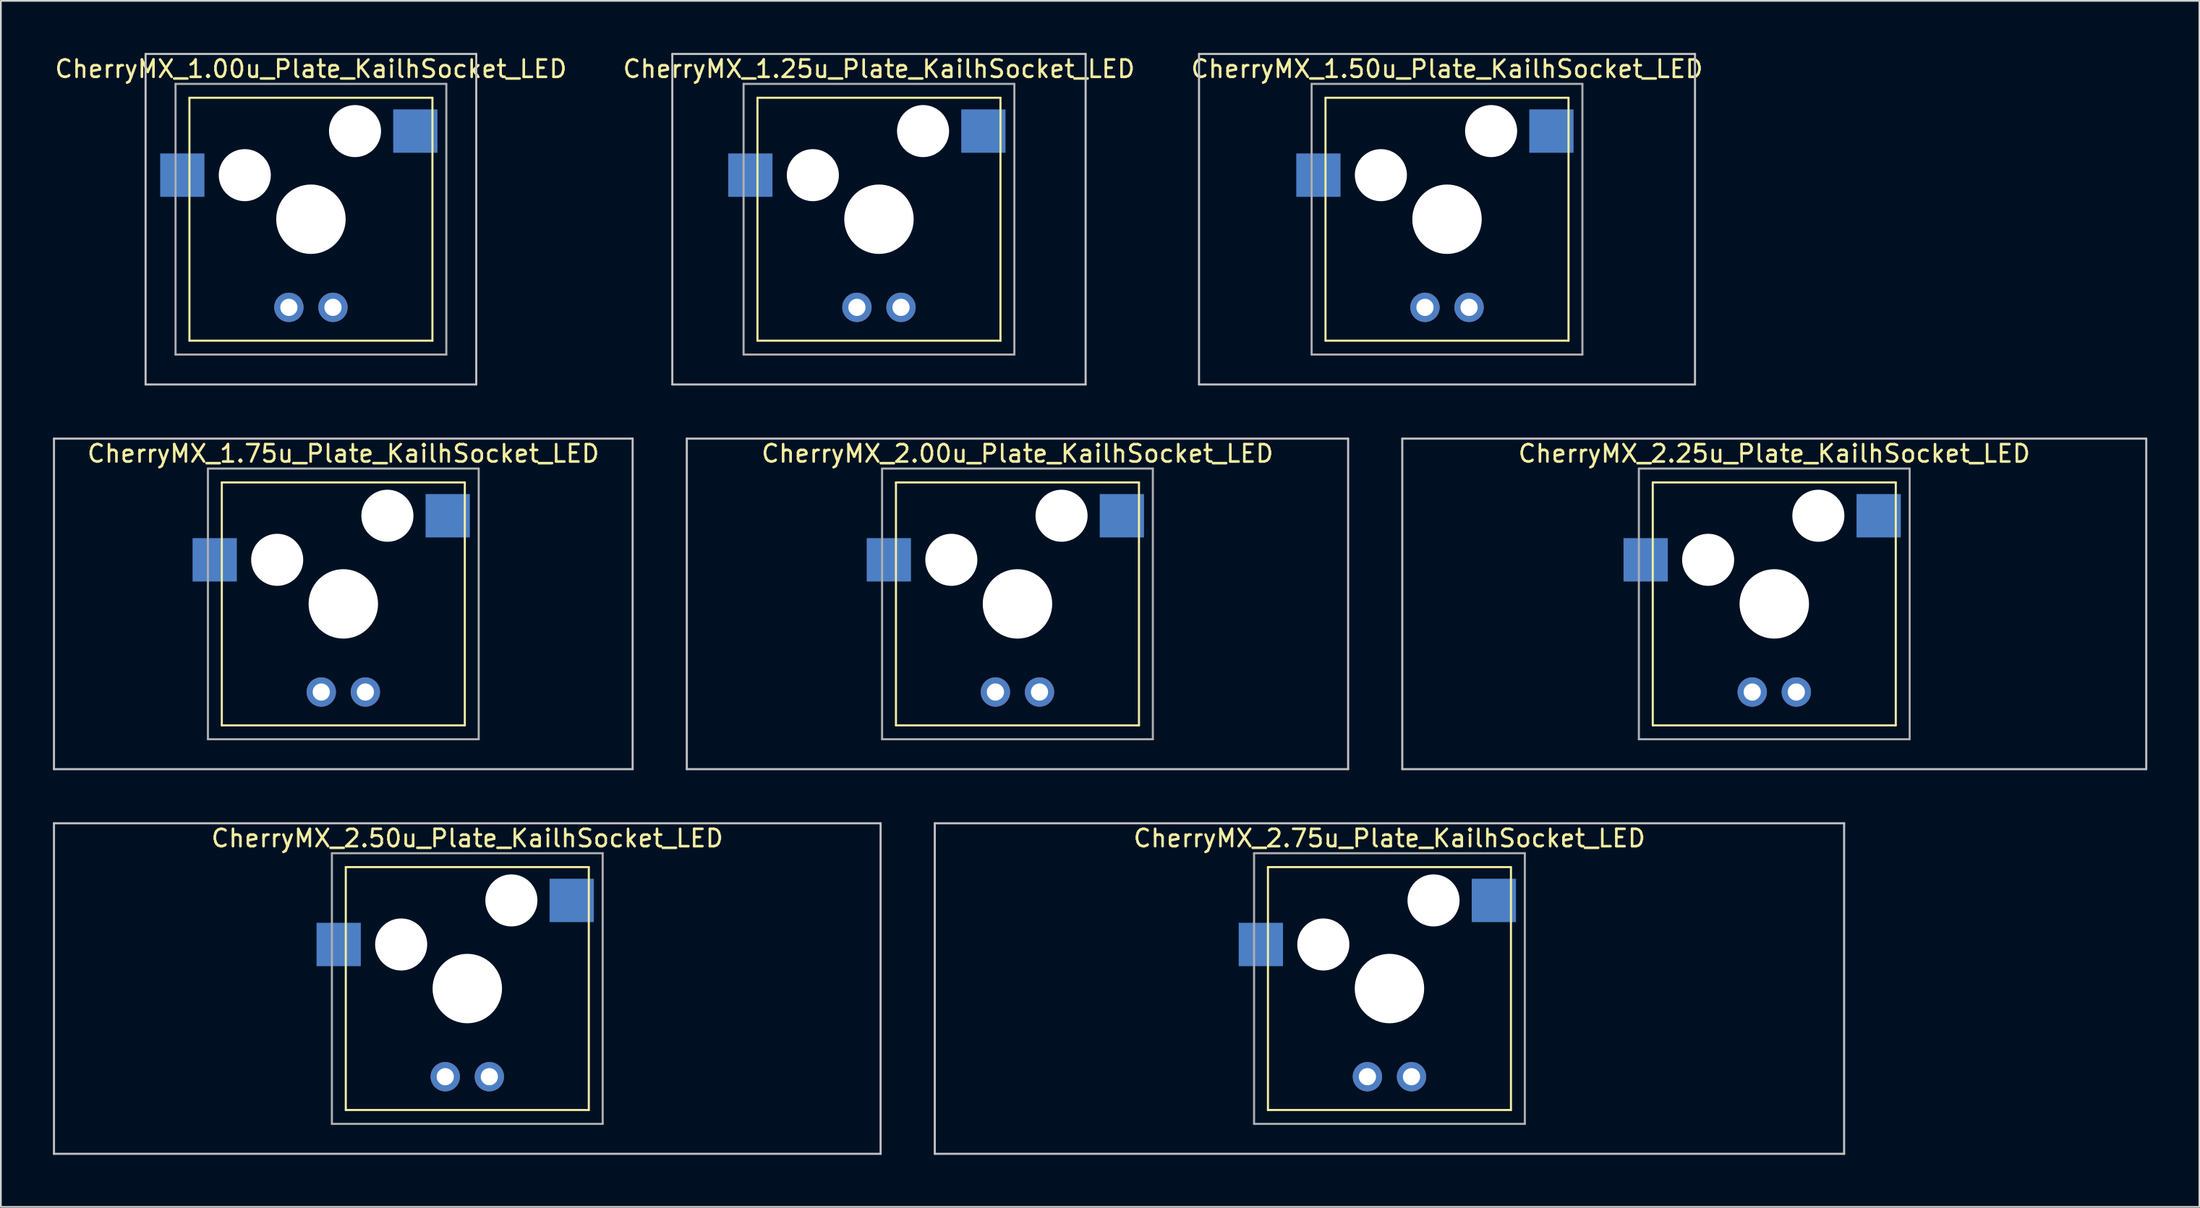
<source format=kicad_pcb>
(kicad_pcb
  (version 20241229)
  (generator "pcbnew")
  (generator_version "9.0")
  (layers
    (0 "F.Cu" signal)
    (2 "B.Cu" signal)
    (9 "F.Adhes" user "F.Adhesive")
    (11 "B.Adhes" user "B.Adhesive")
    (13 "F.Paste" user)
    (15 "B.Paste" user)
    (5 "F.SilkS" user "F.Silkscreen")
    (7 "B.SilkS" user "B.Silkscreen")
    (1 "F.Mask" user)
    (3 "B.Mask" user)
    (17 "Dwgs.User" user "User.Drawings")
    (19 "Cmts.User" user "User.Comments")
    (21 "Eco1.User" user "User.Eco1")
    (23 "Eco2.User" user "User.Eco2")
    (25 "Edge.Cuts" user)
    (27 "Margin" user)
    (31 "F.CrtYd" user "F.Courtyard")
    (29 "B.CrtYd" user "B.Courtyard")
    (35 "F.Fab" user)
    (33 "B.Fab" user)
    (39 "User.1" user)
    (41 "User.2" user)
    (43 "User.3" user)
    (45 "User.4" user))
  (footprint "CherryMX_1.75u_Plate_KailhSocket_LED"
    (layer "F.Cu")
    (at 16.729 31.755)
    (property "Reference" "CherryMX_1.75u_Plate_KailhSocket_LED" (at 0 -8.662 0) (layer "F.SilkS") (effects (font (size 1 1) (thickness 0.15))))
    (attr through_hole)
    (fp_line (start -7 -7) (end -7 7) (stroke (width 0.12) (type solid)) (layer "F.SilkS"))
    (fp_line (start -7 -7) (end 7 -7) (stroke (width 0.12) (type solid)) (layer "F.SilkS"))
    (fp_line (start 7 -7) (end 7 7) (stroke (width 0.12) (type solid)) (layer "F.SilkS"))
    (fp_line (start 7 7) (end -7 7) (stroke (width 0.12) (type solid)) (layer "F.SilkS"))
    (fp_line (start -16.669 -9.525) (end 16.669 -9.525) (stroke (width 0.12) (type solid)) (layer "Dwgs.User"))
    (fp_line (start -16.669 9.525) (end -16.669 -9.525) (stroke (width 0.12) (type solid)) (layer "Dwgs.User"))
    (fp_line (start 16.669 -9.525) (end 16.669 9.525) (stroke (width 0.12) (type solid)) (layer "Dwgs.User"))
    (fp_line (start 16.669 9.525) (end -16.669 9.525) (stroke (width 0.12) (type solid)) (layer "Dwgs.User"))
    (fp_line (start -7.8 -7.8) (end -7.8 7.8) (stroke (width 0.12) (type solid)) (layer "F.Fab"))
    (fp_line (start -7.8 -7.8) (end 7.8 -7.8) (stroke (width 0.12) (type solid)) (layer "F.Fab"))
    (fp_line (start -7.8 7.8) (end 7.8 7.8) (stroke (width 0.12) (type solid)) (layer "F.Fab"))
    (fp_line (start 7.8 -7.8) (end 7.8 7.8) (stroke (width 0.12) (type solid)) (layer "F.Fab"))
    (pad "" np_thru_hole circle (at -3.81 -2.54) (size 3 3) (drill 3) (layers "*.Cu" "*.Mask"))
    (pad "" np_thru_hole circle (at 0 0) (size 4 4) (drill 4) (layers "*.Cu" "*.Mask"))
    (pad "" np_thru_hole circle (at 2.54 -5.08) (size 3 3) (drill 3) (layers "*.Cu" "*.Mask"))
    (pad "1" smd rect (at -7.41 -2.54) (size 2.55 2.5) (layers "B.Cu" "B.Mask" "B.Paste"))
    (pad "2" smd rect (at 6.015 -5.08) (size 2.55 2.5) (layers "B.Cu" "B.Mask" "B.Paste"))
    (pad "3" thru_hole circle (at -1.27 5.08) (size 1.691 1.691) (drill 0.991) (layers "*.Cu" "*.Mask"))
    (pad "4" thru_hole circle (at 1.27 5.08) (size 1.691 1.691) (drill 0.991) (layers "*.Cu" "*.Mask")))
  (footprint "CherryMX_2.25u_Plate_KailhSocket_LED"
    (layer "F.Cu")
    (at 99.169 31.755)
    (property "Reference" "CherryMX_2.25u_Plate_KailhSocket_LED" (at 0 -8.662 0) (layer "F.SilkS") (effects (font (size 1 1) (thickness 0.15))))
    (attr through_hole)
    (fp_line (start -7 -7) (end -7 7) (stroke (width 0.12) (type solid)) (layer "F.SilkS"))
    (fp_line (start -7 -7) (end 7 -7) (stroke (width 0.12) (type solid)) (layer "F.SilkS"))
    (fp_line (start 7 -7) (end 7 7) (stroke (width 0.12) (type solid)) (layer "F.SilkS"))
    (fp_line (start 7 7) (end -7 7) (stroke (width 0.12) (type solid)) (layer "F.SilkS"))
    (fp_line (start -21.431 -9.525) (end 21.431 -9.525) (stroke (width 0.12) (type solid)) (layer "Dwgs.User"))
    (fp_line (start -21.431 9.525) (end -21.431 -9.525) (stroke (width 0.12) (type solid)) (layer "Dwgs.User"))
    (fp_line (start 21.431 -9.525) (end 21.431 9.525) (stroke (width 0.12) (type solid)) (layer "Dwgs.User"))
    (fp_line (start 21.431 9.525) (end -21.431 9.525) (stroke (width 0.12) (type solid)) (layer "Dwgs.User"))
    (fp_line (start -7.8 -7.8) (end -7.8 7.8) (stroke (width 0.12) (type solid)) (layer "F.Fab"))
    (fp_line (start -7.8 -7.8) (end 7.8 -7.8) (stroke (width 0.12) (type solid)) (layer "F.Fab"))
    (fp_line (start -7.8 7.8) (end 7.8 7.8) (stroke (width 0.12) (type solid)) (layer "F.Fab"))
    (fp_line (start 7.8 -7.8) (end 7.8 7.8) (stroke (width 0.12) (type solid)) (layer "F.Fab"))
    (pad "" np_thru_hole circle (at -3.81 -2.54) (size 3 3) (drill 3) (layers "*.Cu" "*.Mask"))
    (pad "" np_thru_hole circle (at 0 0) (size 4 4) (drill 4) (layers "*.Cu" "*.Mask"))
    (pad "" np_thru_hole circle (at 2.54 -5.08) (size 3 3) (drill 3) (layers "*.Cu" "*.Mask"))
    (pad "1" smd rect (at -7.41 -2.54) (size 2.55 2.5) (layers "B.Cu" "B.Mask" "B.Paste"))
    (pad "2" smd rect (at 6.015 -5.08) (size 2.55 2.5) (layers "B.Cu" "B.Mask" "B.Paste"))
    (pad "3" thru_hole circle (at -1.27 5.08) (size 1.691 1.691) (drill 0.991) (layers "*.Cu" "*.Mask"))
    (pad "4" thru_hole circle (at 1.27 5.08) (size 1.691 1.691) (drill 0.991) (layers "*.Cu" "*.Mask")))
  (footprint "CherryMX_2.50u_Plate_KailhSocket_LED"
    (layer "F.Cu")
    (at 23.872 53.925)
    (property "Reference" "CherryMX_2.50u_Plate_KailhSocket_LED" (at 0 -8.662 0) (layer "F.SilkS") (effects (font (size 1 1) (thickness 0.15))))
    (attr through_hole)
    (fp_line (start -7 -7) (end -7 7) (stroke (width 0.12) (type solid)) (layer "F.SilkS"))
    (fp_line (start -7 -7) (end 7 -7) (stroke (width 0.12) (type solid)) (layer "F.SilkS"))
    (fp_line (start 7 -7) (end 7 7) (stroke (width 0.12) (type solid)) (layer "F.SilkS"))
    (fp_line (start 7 7) (end -7 7) (stroke (width 0.12) (type solid)) (layer "F.SilkS"))
    (fp_line (start -23.812 -9.525) (end 23.812 -9.525) (stroke (width 0.12) (type solid)) (layer "Dwgs.User"))
    (fp_line (start -23.812 9.525) (end -23.812 -9.525) (stroke (width 0.12) (type solid)) (layer "Dwgs.User"))
    (fp_line (start 23.812 -9.525) (end 23.812 9.525) (stroke (width 0.12) (type solid)) (layer "Dwgs.User"))
    (fp_line (start 23.812 9.525) (end -23.812 9.525) (stroke (width 0.12) (type solid)) (layer "Dwgs.User"))
    (fp_line (start -7.8 -7.8) (end -7.8 7.8) (stroke (width 0.12) (type solid)) (layer "F.Fab"))
    (fp_line (start -7.8 -7.8) (end 7.8 -7.8) (stroke (width 0.12) (type solid)) (layer "F.Fab"))
    (fp_line (start -7.8 7.8) (end 7.8 7.8) (stroke (width 0.12) (type solid)) (layer "F.Fab"))
    (fp_line (start 7.8 -7.8) (end 7.8 7.8) (stroke (width 0.12) (type solid)) (layer "F.Fab"))
    (pad "" np_thru_hole circle (at -3.81 -2.54) (size 3 3) (drill 3) (layers "*.Cu" "*.Mask"))
    (pad "" np_thru_hole circle (at 0 0) (size 4 4) (drill 4) (layers "*.Cu" "*.Mask"))
    (pad "" np_thru_hole circle (at 2.54 -5.08) (size 3 3) (drill 3) (layers "*.Cu" "*.Mask"))
    (pad "1" smd rect (at -7.41 -2.54) (size 2.55 2.5) (layers "B.Cu" "B.Mask" "B.Paste"))
    (pad "2" smd rect (at 6.015 -5.08) (size 2.55 2.5) (layers "B.Cu" "B.Mask" "B.Paste"))
    (pad "3" thru_hole circle (at -1.27 5.08) (size 1.691 1.691) (drill 0.991) (layers "*.Cu" "*.Mask"))
    (pad "4" thru_hole circle (at 1.27 5.08) (size 1.691 1.691) (drill 0.991) (layers "*.Cu" "*.Mask")))
  (footprint "CherryMX_2.00u_Plate_KailhSocket_LED"
    (layer "F.Cu")
    (at 55.568 31.755)
    (property "Reference" "CherryMX_2.00u_Plate_KailhSocket_LED" (at 0 -8.662 0) (layer "F.SilkS") (effects (font (size 1 1) (thickness 0.15))))
    (attr through_hole)
    (fp_line (start -7 -7) (end -7 7) (stroke (width 0.12) (type solid)) (layer "F.SilkS"))
    (fp_line (start -7 -7) (end 7 -7) (stroke (width 0.12) (type solid)) (layer "F.SilkS"))
    (fp_line (start 7 -7) (end 7 7) (stroke (width 0.12) (type solid)) (layer "F.SilkS"))
    (fp_line (start 7 7) (end -7 7) (stroke (width 0.12) (type solid)) (layer "F.SilkS"))
    (fp_line (start -19.05 -9.525) (end 19.05 -9.525) (stroke (width 0.12) (type solid)) (layer "Dwgs.User"))
    (fp_line (start -19.05 9.525) (end -19.05 -9.525) (stroke (width 0.12) (type solid)) (layer "Dwgs.User"))
    (fp_line (start 19.05 -9.525) (end 19.05 9.525) (stroke (width 0.12) (type solid)) (layer "Dwgs.User"))
    (fp_line (start 19.05 9.525) (end -19.05 9.525) (stroke (width 0.12) (type solid)) (layer "Dwgs.User"))
    (fp_line (start -7.8 -7.8) (end -7.8 7.8) (stroke (width 0.12) (type solid)) (layer "F.Fab"))
    (fp_line (start -7.8 -7.8) (end 7.8 -7.8) (stroke (width 0.12) (type solid)) (layer "F.Fab"))
    (fp_line (start -7.8 7.8) (end 7.8 7.8) (stroke (width 0.12) (type solid)) (layer "F.Fab"))
    (fp_line (start 7.8 -7.8) (end 7.8 7.8) (stroke (width 0.12) (type solid)) (layer "F.Fab"))
    (pad "" np_thru_hole circle (at -3.81 -2.54) (size 3 3) (drill 3) (layers "*.Cu" "*.Mask"))
    (pad "" np_thru_hole circle (at 0 0) (size 4 4) (drill 4) (layers "*.Cu" "*.Mask"))
    (pad "" np_thru_hole circle (at 2.54 -5.08) (size 3 3) (drill 3) (layers "*.Cu" "*.Mask"))
    (pad "1" smd rect (at -7.41 -2.54) (size 2.55 2.5) (layers "B.Cu" "B.Mask" "B.Paste"))
    (pad "2" smd rect (at 6.015 -5.08) (size 2.55 2.5) (layers "B.Cu" "B.Mask" "B.Paste"))
    (pad "3" thru_hole circle (at -1.27 5.08) (size 1.691 1.691) (drill 0.991) (layers "*.Cu" "*.Mask"))
    (pad "4" thru_hole circle (at 1.27 5.08) (size 1.691 1.691) (drill 0.991) (layers "*.Cu" "*.Mask")))
  (footprint "CherryMX_1.25u_Plate_KailhSocket_LED"
    (layer "F.Cu")
    (at 47.589 9.585)
    (property "Reference" "CherryMX_1.25u_Plate_KailhSocket_LED" (at 0 -8.662 0) (layer "F.SilkS") (effects (font (size 1 1) (thickness 0.15))))
    (attr through_hole)
    (fp_line (start -7 -7) (end -7 7) (stroke (width 0.12) (type solid)) (layer "F.SilkS"))
    (fp_line (start -7 -7) (end 7 -7) (stroke (width 0.12) (type solid)) (layer "F.SilkS"))
    (fp_line (start 7 -7) (end 7 7) (stroke (width 0.12) (type solid)) (layer "F.SilkS"))
    (fp_line (start 7 7) (end -7 7) (stroke (width 0.12) (type solid)) (layer "F.SilkS"))
    (fp_line (start -11.906 -9.525) (end 11.906 -9.525) (stroke (width 0.12) (type solid)) (layer "Dwgs.User"))
    (fp_line (start -11.906 9.525) (end -11.906 -9.525) (stroke (width 0.12) (type solid)) (layer "Dwgs.User"))
    (fp_line (start 11.906 -9.525) (end 11.906 9.525) (stroke (width 0.12) (type solid)) (layer "Dwgs.User"))
    (fp_line (start 11.906 9.525) (end -11.906 9.525) (stroke (width 0.12) (type solid)) (layer "Dwgs.User"))
    (fp_line (start -7.8 -7.8) (end -7.8 7.8) (stroke (width 0.12) (type solid)) (layer "F.Fab"))
    (fp_line (start -7.8 -7.8) (end 7.8 -7.8) (stroke (width 0.12) (type solid)) (layer "F.Fab"))
    (fp_line (start -7.8 7.8) (end 7.8 7.8) (stroke (width 0.12) (type solid)) (layer "F.Fab"))
    (fp_line (start 7.8 -7.8) (end 7.8 7.8) (stroke (width 0.12) (type solid)) (layer "F.Fab"))
    (pad "" np_thru_hole circle (at -3.81 -2.54) (size 3 3) (drill 3) (layers "*.Cu" "*.Mask"))
    (pad "" np_thru_hole circle (at 0 0) (size 4 4) (drill 4) (layers "*.Cu" "*.Mask"))
    (pad "" np_thru_hole circle (at 2.54 -5.08) (size 3 3) (drill 3) (layers "*.Cu" "*.Mask"))
    (pad "1" smd rect (at -7.41 -2.54) (size 2.55 2.5) (layers "B.Cu" "B.Mask" "B.Paste"))
    (pad "2" smd rect (at 6.015 -5.08) (size 2.55 2.5) (layers "B.Cu" "B.Mask" "B.Paste"))
    (pad "3" thru_hole circle (at -1.27 5.08) (size 1.691 1.691) (drill 0.991) (layers "*.Cu" "*.Mask"))
    (pad "4" thru_hole circle (at 1.27 5.08) (size 1.691 1.691) (drill 0.991) (layers "*.Cu" "*.Mask")))
  (footprint "CherryMX_2.75u_Plate_KailhSocket_LED"
    (layer "F.Cu")
    (at 76.999 53.925)
    (property "Reference" "CherryMX_2.75u_Plate_KailhSocket_LED" (at 0 -8.662 0) (layer "F.SilkS") (effects (font (size 1 1) (thickness 0.15))))
    (attr through_hole)
    (fp_line (start -7 -7) (end -7 7) (stroke (width 0.12) (type solid)) (layer "F.SilkS"))
    (fp_line (start -7 -7) (end 7 -7) (stroke (width 0.12) (type solid)) (layer "F.SilkS"))
    (fp_line (start 7 -7) (end 7 7) (stroke (width 0.12) (type solid)) (layer "F.SilkS"))
    (fp_line (start 7 7) (end -7 7) (stroke (width 0.12) (type solid)) (layer "F.SilkS"))
    (fp_line (start -26.194 -9.525) (end 26.194 -9.525) (stroke (width 0.12) (type solid)) (layer "Dwgs.User"))
    (fp_line (start -26.194 9.525) (end -26.194 -9.525) (stroke (width 0.12) (type solid)) (layer "Dwgs.User"))
    (fp_line (start 26.194 -9.525) (end 26.194 9.525) (stroke (width 0.12) (type solid)) (layer "Dwgs.User"))
    (fp_line (start 26.194 9.525) (end -26.194 9.525) (stroke (width 0.12) (type solid)) (layer "Dwgs.User"))
    (fp_line (start -7.8 -7.8) (end -7.8 7.8) (stroke (width 0.12) (type solid)) (layer "F.Fab"))
    (fp_line (start -7.8 -7.8) (end 7.8 -7.8) (stroke (width 0.12) (type solid)) (layer "F.Fab"))
    (fp_line (start -7.8 7.8) (end 7.8 7.8) (stroke (width 0.12) (type solid)) (layer "F.Fab"))
    (fp_line (start 7.8 -7.8) (end 7.8 7.8) (stroke (width 0.12) (type solid)) (layer "F.Fab"))
    (pad "" np_thru_hole circle (at -3.81 -2.54) (size 3 3) (drill 3) (layers "*.Cu" "*.Mask"))
    (pad "" np_thru_hole circle (at 0 0) (size 4 4) (drill 4) (layers "*.Cu" "*.Mask"))
    (pad "" np_thru_hole circle (at 2.54 -5.08) (size 3 3) (drill 3) (layers "*.Cu" "*.Mask"))
    (pad "1" smd rect (at -7.41 -2.54) (size 2.55 2.5) (layers "B.Cu" "B.Mask" "B.Paste"))
    (pad "2" smd rect (at 6.015 -5.08) (size 2.55 2.5) (layers "B.Cu" "B.Mask" "B.Paste"))
    (pad "3" thru_hole circle (at -1.27 5.08) (size 1.691 1.691) (drill 0.991) (layers "*.Cu" "*.Mask"))
    (pad "4" thru_hole circle (at 1.27 5.08) (size 1.691 1.691) (drill 0.991) (layers "*.Cu" "*.Mask")))
  (footprint "CherryMX_1.50u_Plate_KailhSocket_LED"
    (layer "F.Cu")
    (at 80.315 9.585)
    (property "Reference" "CherryMX_1.50u_Plate_KailhSocket_LED" (at 0 -8.662 0) (layer "F.SilkS") (effects (font (size 1 1) (thickness 0.15))))
    (attr through_hole)
    (fp_line (start -7 -7) (end -7 7) (stroke (width 0.12) (type solid)) (layer "F.SilkS"))
    (fp_line (start -7 -7) (end 7 -7) (stroke (width 0.12) (type solid)) (layer "F.SilkS"))
    (fp_line (start 7 -7) (end 7 7) (stroke (width 0.12) (type solid)) (layer "F.SilkS"))
    (fp_line (start 7 7) (end -7 7) (stroke (width 0.12) (type solid)) (layer "F.SilkS"))
    (fp_line (start -14.287 -9.525) (end 14.287 -9.525) (stroke (width 0.12) (type solid)) (layer "Dwgs.User"))
    (fp_line (start -14.287 9.525) (end -14.287 -9.525) (stroke (width 0.12) (type solid)) (layer "Dwgs.User"))
    (fp_line (start 14.287 -9.525) (end 14.287 9.525) (stroke (width 0.12) (type solid)) (layer "Dwgs.User"))
    (fp_line (start 14.287 9.525) (end -14.287 9.525) (stroke (width 0.12) (type solid)) (layer "Dwgs.User"))
    (fp_line (start -7.8 -7.8) (end -7.8 7.8) (stroke (width 0.12) (type solid)) (layer "F.Fab"))
    (fp_line (start -7.8 -7.8) (end 7.8 -7.8) (stroke (width 0.12) (type solid)) (layer "F.Fab"))
    (fp_line (start -7.8 7.8) (end 7.8 7.8) (stroke (width 0.12) (type solid)) (layer "F.Fab"))
    (fp_line (start 7.8 -7.8) (end 7.8 7.8) (stroke (width 0.12) (type solid)) (layer "F.Fab"))
    (pad "" np_thru_hole circle (at -3.81 -2.54) (size 3 3) (drill 3) (layers "*.Cu" "*.Mask"))
    (pad "" np_thru_hole circle (at 0 0) (size 4 4) (drill 4) (layers "*.Cu" "*.Mask"))
    (pad "" np_thru_hole circle (at 2.54 -5.08) (size 3 3) (drill 3) (layers "*.Cu" "*.Mask"))
    (pad "1" smd rect (at -7.41 -2.54) (size 2.55 2.5) (layers "B.Cu" "B.Mask" "B.Paste"))
    (pad "2" smd rect (at 6.015 -5.08) (size 2.55 2.5) (layers "B.Cu" "B.Mask" "B.Paste"))
    (pad "3" thru_hole circle (at -1.27 5.08) (size 1.691 1.691) (drill 0.991) (layers "*.Cu" "*.Mask"))
    (pad "4" thru_hole circle (at 1.27 5.08) (size 1.691 1.691) (drill 0.991) (layers "*.Cu" "*.Mask")))
  (footprint "CherryMX_1.00u_Plate_KailhSocket_LED"
    (layer "F.Cu")
    (at 14.863 9.585)
    (property "Reference" "CherryMX_1.00u_Plate_KailhSocket_LED" (at 0 -8.662 0) (layer "F.SilkS") (effects (font (size 1 1) (thickness 0.15))))
    (attr through_hole)
    (fp_line (start -7 -7) (end -7 7) (stroke (width 0.12) (type solid)) (layer "F.SilkS"))
    (fp_line (start -7 -7) (end 7 -7) (stroke (width 0.12) (type solid)) (layer "F.SilkS"))
    (fp_line (start 7 -7) (end 7 7) (stroke (width 0.12) (type solid)) (layer "F.SilkS"))
    (fp_line (start 7 7) (end -7 7) (stroke (width 0.12) (type solid)) (layer "F.SilkS"))
    (fp_line (start -9.525 -9.525) (end 9.525 -9.525) (stroke (width 0.12) (type solid)) (layer "Dwgs.User"))
    (fp_line (start -9.525 9.525) (end -9.525 -9.525) (stroke (width 0.12) (type solid)) (layer "Dwgs.User"))
    (fp_line (start 9.525 -9.525) (end 9.525 9.525) (stroke (width 0.12) (type solid)) (layer "Dwgs.User"))
    (fp_line (start 9.525 9.525) (end -9.525 9.525) (stroke (width 0.12) (type solid)) (layer "Dwgs.User"))
    (fp_line (start -7.8 -7.8) (end -7.8 7.8) (stroke (width 0.12) (type solid)) (layer "F.Fab"))
    (fp_line (start -7.8 -7.8) (end 7.8 -7.8) (stroke (width 0.12) (type solid)) (layer "F.Fab"))
    (fp_line (start -7.8 7.8) (end 7.8 7.8) (stroke (width 0.12) (type solid)) (layer "F.Fab"))
    (fp_line (start 7.8 -7.8) (end 7.8 7.8) (stroke (width 0.12) (type solid)) (layer "F.Fab"))
    (pad "" np_thru_hole circle (at -3.81 -2.54) (size 3 3) (drill 3) (layers "*.Cu" "*.Mask"))
    (pad "" np_thru_hole circle (at 0 0) (size 4 4) (drill 4) (layers "*.Cu" "*.Mask"))
    (pad "" np_thru_hole circle (at 2.54 -5.08) (size 3 3) (drill 3) (layers "*.Cu" "*.Mask"))
    (pad "1" smd rect (at -7.41 -2.54) (size 2.55 2.5) (layers "B.Cu" "B.Mask" "B.Paste"))
    (pad "2" smd rect (at 6.015 -5.08) (size 2.55 2.5) (layers "B.Cu" "B.Mask" "B.Paste"))
    (pad "3" thru_hole circle (at -1.27 5.08) (size 1.691 1.691) (drill 0.991) (layers "*.Cu" "*.Mask"))
    (pad "4" thru_hole circle (at 1.27 5.08) (size 1.691 1.691) (drill 0.991) (layers "*.Cu" "*.Mask")))
  (gr_rect
    (start -3 -3)
    (end 123.66 66.51)
    (stroke (width 0.1) (type default))
    (fill no)
    (layer "Edge.Cuts")))
</source>
